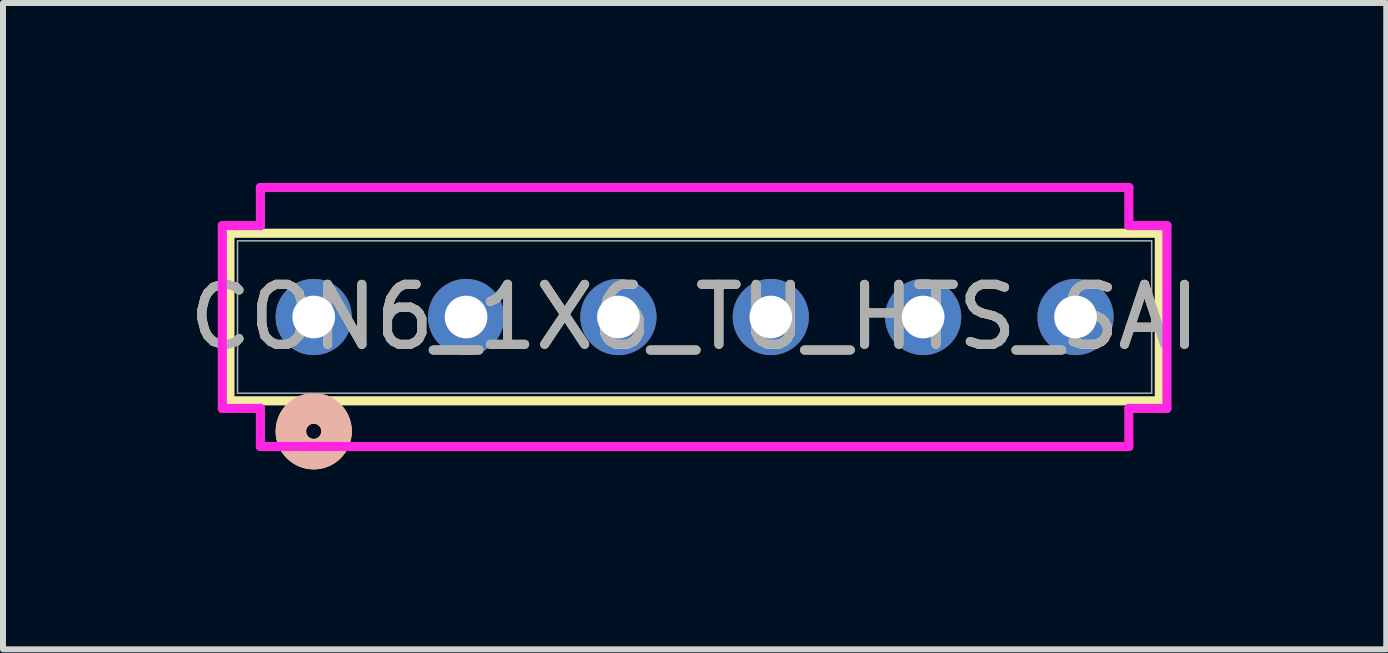
<source format=kicad_pcb>
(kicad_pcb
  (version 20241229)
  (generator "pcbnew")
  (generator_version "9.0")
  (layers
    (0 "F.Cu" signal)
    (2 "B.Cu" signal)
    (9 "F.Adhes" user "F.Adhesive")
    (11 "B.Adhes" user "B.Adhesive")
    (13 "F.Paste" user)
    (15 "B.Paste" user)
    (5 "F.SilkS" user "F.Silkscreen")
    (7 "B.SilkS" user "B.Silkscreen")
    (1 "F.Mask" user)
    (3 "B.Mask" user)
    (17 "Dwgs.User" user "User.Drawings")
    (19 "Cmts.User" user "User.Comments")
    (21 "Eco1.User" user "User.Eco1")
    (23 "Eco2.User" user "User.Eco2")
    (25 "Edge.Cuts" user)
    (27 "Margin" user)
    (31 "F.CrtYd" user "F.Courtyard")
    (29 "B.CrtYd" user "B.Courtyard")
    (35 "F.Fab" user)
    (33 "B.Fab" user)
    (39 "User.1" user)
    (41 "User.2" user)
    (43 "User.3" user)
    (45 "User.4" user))
  (footprint "CON6_1X6_TU_HTS_SAI"
    (layer "F.Cu")
    (at 8.53 2.235)
    (property "Reference" "CON6_1X6_TU_HTS_SAI" (at 0 0 0) (unlocked yes) (layer "F.SilkS") (effects (font (size 1 1) (thickness 0.15))))
    (attr through_hole)
    (fp_line (start -7.747 -1.397) (end -7.747 1.397) (stroke (width 0.152) (type solid)) (layer "F.SilkS"))
    (fp_line (start -7.747 1.397) (end 7.747 1.397) (stroke (width 0.152) (type solid)) (layer "F.SilkS"))
    (fp_line (start 7.747 -1.397) (end -7.747 -1.397) (stroke (width 0.152) (type solid)) (layer "F.SilkS"))
    (fp_line (start 7.747 1.397) (end 7.747 -1.397) (stroke (width 0.152) (type solid)) (layer "F.SilkS"))
    (fp_circle (center -6.35 1.905) (end -5.969 1.905) (stroke (width 0.508) (type solid)) (fill no) (layer "F.SilkS"))
    (fp_circle (center -6.35 1.905) (end -5.969 1.905) (stroke (width 0.508) (type solid)) (fill no) (layer "B.SilkS"))
    (fp_line (start -7.874 -1.524) (end -7.874 1.524) (stroke (width 0.152) (type solid)) (layer "F.CrtYd"))
    (fp_line (start -7.874 1.524) (end -7.239 1.524) (stroke (width 0.152) (type solid)) (layer "F.CrtYd"))
    (fp_line (start -7.239 -2.159) (end -7.239 -1.524) (stroke (width 0.152) (type solid)) (layer "F.CrtYd"))
    (fp_line (start -7.239 -1.524) (end -7.874 -1.524) (stroke (width 0.152) (type solid)) (layer "F.CrtYd"))
    (fp_line (start -7.239 1.524) (end -7.239 2.159) (stroke (width 0.152) (type solid)) (layer "F.CrtYd"))
    (fp_line (start -7.239 2.159) (end 7.239 2.159) (stroke (width 0.152) (type solid)) (layer "F.CrtYd"))
    (fp_line (start 7.239 -2.159) (end -7.239 -2.159) (stroke (width 0.152) (type solid)) (layer "F.CrtYd"))
    (fp_line (start 7.239 -1.524) (end 7.239 -2.159) (stroke (width 0.152) (type solid)) (layer "F.CrtYd"))
    (fp_line (start 7.239 1.524) (end 7.874 1.524) (stroke (width 0.152) (type solid)) (layer "F.CrtYd"))
    (fp_line (start 7.239 2.159) (end 7.239 1.524) (stroke (width 0.152) (type solid)) (layer "F.CrtYd"))
    (fp_line (start 7.874 -1.524) (end 7.239 -1.524) (stroke (width 0.152) (type solid)) (layer "F.CrtYd"))
    (fp_line (start 7.874 1.524) (end 7.874 -1.524) (stroke (width 0.152) (type solid)) (layer "F.CrtYd"))
    (fp_line (start -7.62 -1.27) (end -7.62 1.27) (stroke (width 0.025) (type solid)) (layer "F.Fab"))
    (fp_line (start -7.62 1.27) (end 7.62 1.27) (stroke (width 0.025) (type solid)) (layer "F.Fab"))
    (fp_line (start 7.62 -1.27) (end -7.62 -1.27) (stroke (width 0.025) (type solid)) (layer "F.Fab"))
    (fp_line (start 7.62 1.27) (end 7.62 -1.27) (stroke (width 0.025) (type solid)) (layer "F.Fab"))
    (fp_circle (center -6.35 0) (end -6.096 0) (stroke (width 0.025) (type solid)) (fill no) (layer "F.Fab"))
    (fp_text user "${REFERENCE}" (at 0 0 0) (unlocked yes) (layer "F.Fab") (effects (font (size 1 1) (thickness 0.15))))
    (pad "1" thru_hole circle (at -6.35 0 90) (size 1.27 1.27) (drill 0.711) (layers "*.Cu" "*.Mask"))
    (pad "2" thru_hole circle (at -3.81 0 90) (size 1.27 1.27) (drill 0.711) (layers "*.Cu" "*.Mask"))
    (pad "3" thru_hole circle (at -1.27 0 90) (size 1.27 1.27) (drill 0.711) (layers "*.Cu" "*.Mask"))
    (pad "4" thru_hole circle (at 1.27 0 90) (size 1.27 1.27) (drill 0.711) (layers "*.Cu" "*.Mask"))
    (pad "5" thru_hole circle (at 3.81 0 90) (size 1.27 1.27) (drill 0.711) (layers "*.Cu" "*.Mask"))
    (pad "6" thru_hole circle (at 6.35 0 90) (size 1.27 1.27) (drill 0.711) (layers "*.Cu" "*.Mask")))
  (gr_rect
    (start -3 -3)
    (end 20.06 7.775)
    (stroke (width 0.1) (type default))
    (fill no)
    (layer "Edge.Cuts")))
</source>
